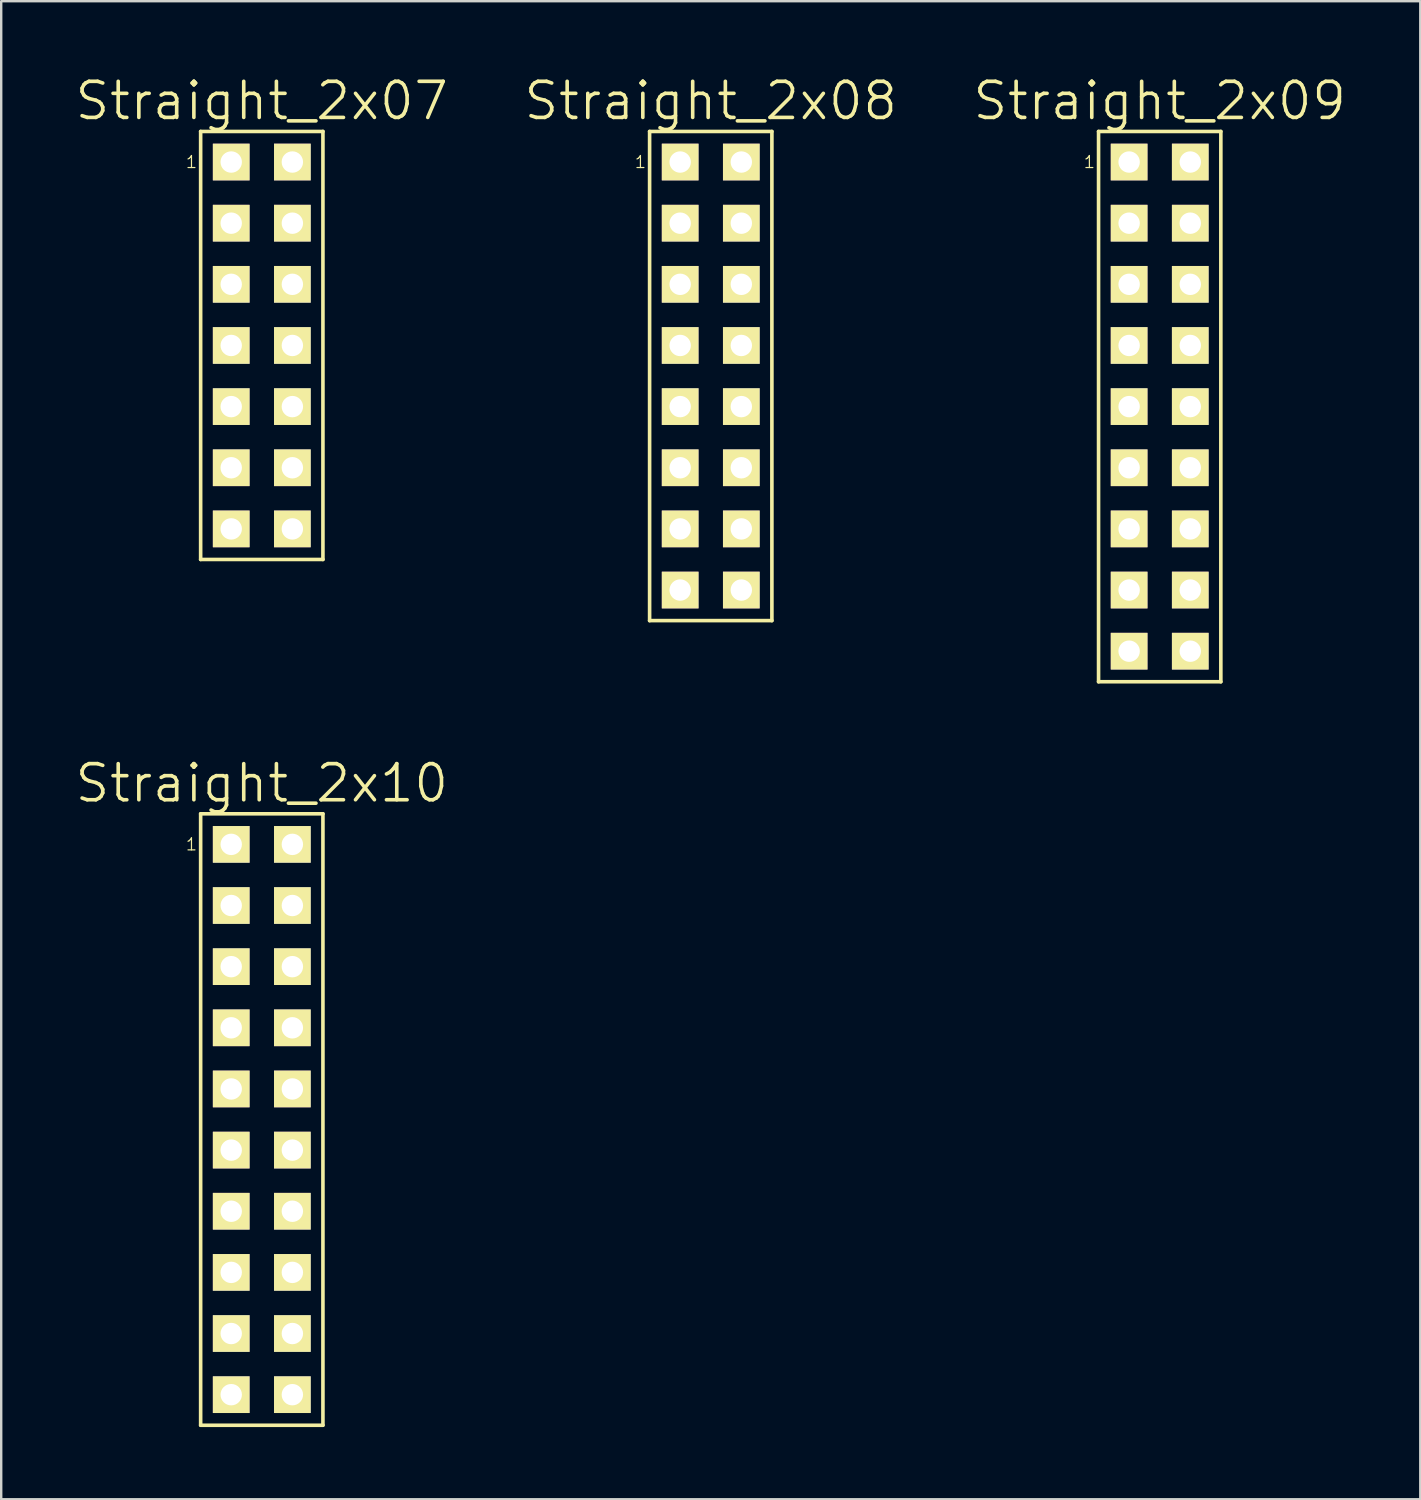
<source format=kicad_pcb>
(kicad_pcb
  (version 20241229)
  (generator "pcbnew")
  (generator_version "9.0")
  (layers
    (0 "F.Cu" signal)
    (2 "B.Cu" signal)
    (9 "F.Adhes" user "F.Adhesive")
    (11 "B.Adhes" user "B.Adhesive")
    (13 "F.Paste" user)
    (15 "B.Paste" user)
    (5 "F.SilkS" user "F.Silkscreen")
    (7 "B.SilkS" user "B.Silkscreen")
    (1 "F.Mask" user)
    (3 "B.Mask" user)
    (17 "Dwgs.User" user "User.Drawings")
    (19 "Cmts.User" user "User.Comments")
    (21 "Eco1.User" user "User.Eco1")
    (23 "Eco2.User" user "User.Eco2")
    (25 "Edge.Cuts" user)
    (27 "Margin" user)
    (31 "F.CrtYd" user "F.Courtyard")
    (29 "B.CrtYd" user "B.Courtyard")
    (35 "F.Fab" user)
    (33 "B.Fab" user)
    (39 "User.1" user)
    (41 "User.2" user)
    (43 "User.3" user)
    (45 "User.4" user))
  (footprint "Straight_2x07"
    (layer "F.Cu")
    (at 7.825 11.301)
    (property "Reference" "Straight_2x07" (at 0 -10.16 0) (layer "F.SilkS") (effects (font (size 1.5 1.5) (thickness 0.15))))
    (attr through_hole)
    (fp_line (start -2.54 -8.89) (end 2.54 -8.89) (stroke (width 0.15) (type solid)) (layer "F.SilkS"))
    (fp_line (start -2.54 8.89) (end -2.54 -8.89) (stroke (width 0.15) (type solid)) (layer "F.SilkS"))
    (fp_line (start 2.54 -8.89) (end 2.54 8.89) (stroke (width 0.15) (type solid)) (layer "F.SilkS"))
    (fp_line (start 2.54 8.89) (end -2.54 8.89) (stroke (width 0.15) (type solid)) (layer "F.SilkS"))
    (fp_text user "1" (at -2.921 -7.62 0) (layer "F.SilkS") (effects (font (size 0.5 0.5) (thickness 0.05))))
    (pad "1" thru_hole rect (at -1.27 -7.62) (size 1.524 1.524) (drill 0.889) (layers "*.Cu" "*.Mask" "F.SilkS"))
    (pad "2" thru_hole rect (at 1.27 -7.62) (size 1.524 1.524) (drill 0.889) (layers "*.Cu" "*.Mask" "F.SilkS"))
    (pad "3" thru_hole rect (at -1.27 -5.08) (size 1.524 1.524) (drill 0.889) (layers "*.Cu" "*.Mask" "F.SilkS"))
    (pad "4" thru_hole rect (at 1.27 -5.08) (size 1.524 1.524) (drill 0.889) (layers "*.Cu" "*.Mask" "F.SilkS"))
    (pad "5" thru_hole rect (at -1.27 -2.54) (size 1.524 1.524) (drill 0.889) (layers "*.Cu" "*.Mask" "F.SilkS"))
    (pad "6" thru_hole rect (at 1.27 -2.54) (size 1.524 1.524) (drill 0.889) (layers "*.Cu" "*.Mask" "F.SilkS"))
    (pad "7" thru_hole rect (at -1.27 0) (size 1.524 1.524) (drill 0.889) (layers "*.Cu" "*.Mask" "F.SilkS"))
    (pad "8" thru_hole rect (at 1.27 0) (size 1.524 1.524) (drill 0.889) (layers "*.Cu" "*.Mask" "F.SilkS"))
    (pad "9" thru_hole rect (at -1.27 2.54) (size 1.524 1.524) (drill 0.889) (layers "*.Cu" "*.Mask" "F.SilkS"))
    (pad "10" thru_hole rect (at 1.27 2.54) (size 1.524 1.524) (drill 0.889) (layers "*.Cu" "*.Mask" "F.SilkS"))
    (pad "11" thru_hole rect (at -1.27 5.08) (size 1.524 1.524) (drill 0.889) (layers "*.Cu" "*.Mask" "F.SilkS"))
    (pad "12" thru_hole rect (at 1.27 5.08) (size 1.524 1.524) (drill 0.889) (layers "*.Cu" "*.Mask" "F.SilkS"))
    (pad "13" thru_hole rect (at -1.27 7.62) (size 1.524 1.524) (drill 0.889) (layers "*.Cu" "*.Mask" "F.SilkS"))
    (pad "14" thru_hole rect (at 1.27 7.62) (size 1.524 1.524) (drill 0.889) (layers "*.Cu" "*.Mask" "F.SilkS")))
  (footprint "Straight_2x08"
    (layer "F.Cu")
    (at 26.475 12.571)
    (property "Reference" "Straight_2x08" (at 0 -11.43 0) (layer "F.SilkS") (effects (font (size 1.5 1.5) (thickness 0.15))))
    (attr through_hole)
    (fp_line (start -2.54 -10.16) (end 2.54 -10.16) (stroke (width 0.15) (type solid)) (layer "F.SilkS"))
    (fp_line (start -2.54 10.16) (end -2.54 -10.16) (stroke (width 0.15) (type solid)) (layer "F.SilkS"))
    (fp_line (start 2.54 -10.16) (end 2.54 10.16) (stroke (width 0.15) (type solid)) (layer "F.SilkS"))
    (fp_line (start 2.54 10.16) (end -2.54 10.16) (stroke (width 0.15) (type solid)) (layer "F.SilkS"))
    (fp_text user "1" (at -2.921 -8.89 0) (layer "F.SilkS") (effects (font (size 0.5 0.5) (thickness 0.05))))
    (pad "1" thru_hole rect (at -1.27 -8.89) (size 1.524 1.524) (drill 0.889) (layers "*.Cu" "*.Mask" "F.SilkS"))
    (pad "2" thru_hole rect (at 1.27 -8.89) (size 1.524 1.524) (drill 0.889) (layers "*.Cu" "*.Mask" "F.SilkS"))
    (pad "3" thru_hole rect (at -1.27 -6.35) (size 1.524 1.524) (drill 0.889) (layers "*.Cu" "*.Mask" "F.SilkS"))
    (pad "4" thru_hole rect (at 1.27 -6.35) (size 1.524 1.524) (drill 0.889) (layers "*.Cu" "*.Mask" "F.SilkS"))
    (pad "5" thru_hole rect (at -1.27 -3.81) (size 1.524 1.524) (drill 0.889) (layers "*.Cu" "*.Mask" "F.SilkS"))
    (pad "6" thru_hole rect (at 1.27 -3.81) (size 1.524 1.524) (drill 0.889) (layers "*.Cu" "*.Mask" "F.SilkS"))
    (pad "7" thru_hole rect (at -1.27 -1.27) (size 1.524 1.524) (drill 0.889) (layers "*.Cu" "*.Mask" "F.SilkS"))
    (pad "8" thru_hole rect (at 1.27 -1.27) (size 1.524 1.524) (drill 0.889) (layers "*.Cu" "*.Mask" "F.SilkS"))
    (pad "9" thru_hole rect (at -1.27 1.27) (size 1.524 1.524) (drill 0.889) (layers "*.Cu" "*.Mask" "F.SilkS"))
    (pad "10" thru_hole rect (at 1.27 1.27) (size 1.524 1.524) (drill 0.889) (layers "*.Cu" "*.Mask" "F.SilkS"))
    (pad "11" thru_hole rect (at -1.27 3.81) (size 1.524 1.524) (drill 0.889) (layers "*.Cu" "*.Mask" "F.SilkS"))
    (pad "12" thru_hole rect (at 1.27 3.81) (size 1.524 1.524) (drill 0.889) (layers "*.Cu" "*.Mask" "F.SilkS"))
    (pad "13" thru_hole rect (at -1.27 6.35) (size 1.524 1.524) (drill 0.889) (layers "*.Cu" "*.Mask" "F.SilkS"))
    (pad "14" thru_hole rect (at 1.27 6.35) (size 1.524 1.524) (drill 0.889) (layers "*.Cu" "*.Mask" "F.SilkS"))
    (pad "15" thru_hole rect (at -1.27 8.89) (size 1.524 1.524) (drill 0.889) (layers "*.Cu" "*.Mask" "F.SilkS"))
    (pad "16" thru_hole rect (at 1.27 8.89) (size 1.524 1.524) (drill 0.889) (layers "*.Cu" "*.Mask" "F.SilkS")))
  (footprint "Straight_2x09"
    (layer "F.Cu")
    (at 45.125 13.841)
    (property "Reference" "Straight_2x09" (at 0 -12.7 0) (layer "F.SilkS") (effects (font (size 1.5 1.5) (thickness 0.15))))
    (attr through_hole)
    (fp_line (start -2.54 -11.43) (end 2.54 -11.43) (stroke (width 0.15) (type solid)) (layer "F.SilkS"))
    (fp_line (start -2.54 11.43) (end -2.54 -11.43) (stroke (width 0.15) (type solid)) (layer "F.SilkS"))
    (fp_line (start 2.54 -11.43) (end 2.54 11.43) (stroke (width 0.15) (type solid)) (layer "F.SilkS"))
    (fp_line (start 2.54 11.43) (end -2.54 11.43) (stroke (width 0.15) (type solid)) (layer "F.SilkS"))
    (fp_text user "1" (at -2.921 -10.16 0) (layer "F.SilkS") (effects (font (size 0.5 0.5) (thickness 0.05))))
    (pad "1" thru_hole rect (at -1.27 -10.16) (size 1.524 1.524) (drill 0.889) (layers "*.Cu" "*.Mask" "F.SilkS"))
    (pad "2" thru_hole rect (at 1.27 -10.16) (size 1.524 1.524) (drill 0.889) (layers "*.Cu" "*.Mask" "F.SilkS"))
    (pad "3" thru_hole rect (at -1.27 -7.62) (size 1.524 1.524) (drill 0.889) (layers "*.Cu" "*.Mask" "F.SilkS"))
    (pad "4" thru_hole rect (at 1.27 -7.62) (size 1.524 1.524) (drill 0.889) (layers "*.Cu" "*.Mask" "F.SilkS"))
    (pad "5" thru_hole rect (at -1.27 -5.08) (size 1.524 1.524) (drill 0.889) (layers "*.Cu" "*.Mask" "F.SilkS"))
    (pad "6" thru_hole rect (at 1.27 -5.08) (size 1.524 1.524) (drill 0.889) (layers "*.Cu" "*.Mask" "F.SilkS"))
    (pad "7" thru_hole rect (at -1.27 -2.54) (size 1.524 1.524) (drill 0.889) (layers "*.Cu" "*.Mask" "F.SilkS"))
    (pad "8" thru_hole rect (at 1.27 -2.54) (size 1.524 1.524) (drill 0.889) (layers "*.Cu" "*.Mask" "F.SilkS"))
    (pad "9" thru_hole rect (at -1.27 0) (size 1.524 1.524) (drill 0.889) (layers "*.Cu" "*.Mask" "F.SilkS"))
    (pad "10" thru_hole rect (at 1.27 0) (size 1.524 1.524) (drill 0.889) (layers "*.Cu" "*.Mask" "F.SilkS"))
    (pad "11" thru_hole rect (at -1.27 2.54) (size 1.524 1.524) (drill 0.889) (layers "*.Cu" "*.Mask" "F.SilkS"))
    (pad "12" thru_hole rect (at 1.27 2.54) (size 1.524 1.524) (drill 0.889) (layers "*.Cu" "*.Mask" "F.SilkS"))
    (pad "13" thru_hole rect (at -1.27 5.08) (size 1.524 1.524) (drill 0.889) (layers "*.Cu" "*.Mask" "F.SilkS"))
    (pad "14" thru_hole rect (at 1.27 5.08) (size 1.524 1.524) (drill 0.889) (layers "*.Cu" "*.Mask" "F.SilkS"))
    (pad "15" thru_hole rect (at -1.27 7.62) (size 1.524 1.524) (drill 0.889) (layers "*.Cu" "*.Mask" "F.SilkS"))
    (pad "16" thru_hole rect (at 1.27 7.62) (size 1.524 1.524) (drill 0.889) (layers "*.Cu" "*.Mask" "F.SilkS"))
    (pad "17" thru_hole rect (at -1.27 10.16) (size 1.524 1.524) (drill 0.889) (layers "*.Cu" "*.Mask" "F.SilkS"))
    (pad "18" thru_hole rect (at 1.27 10.16) (size 1.524 1.524) (drill 0.889) (layers "*.Cu" "*.Mask" "F.SilkS")))
  (footprint "Straight_2x10"
    (layer "F.Cu")
    (at 7.825 43.456)
    (property "Reference" "Straight_2x10" (at 0 -13.97 0) (layer "F.SilkS") (effects (font (size 1.5 1.5) (thickness 0.15))))
    (attr through_hole)
    (fp_line (start -2.54 -12.7) (end 2.54 -12.7) (stroke (width 0.15) (type solid)) (layer "F.SilkS"))
    (fp_line (start -2.54 12.7) (end -2.54 -12.7) (stroke (width 0.15) (type solid)) (layer "F.SilkS"))
    (fp_line (start 2.54 -12.7) (end 2.54 12.7) (stroke (width 0.15) (type solid)) (layer "F.SilkS"))
    (fp_line (start 2.54 12.7) (end -2.54 12.7) (stroke (width 0.15) (type solid)) (layer "F.SilkS"))
    (fp_text user "1" (at -2.921 -11.43 0) (layer "F.SilkS") (effects (font (size 0.5 0.5) (thickness 0.05))))
    (pad "1" thru_hole rect (at -1.27 -11.43) (size 1.524 1.524) (drill 0.889) (layers "*.Cu" "*.Mask" "F.SilkS"))
    (pad "2" thru_hole rect (at 1.27 -11.43) (size 1.524 1.524) (drill 0.889) (layers "*.Cu" "*.Mask" "F.SilkS"))
    (pad "3" thru_hole rect (at -1.27 -8.89) (size 1.524 1.524) (drill 0.889) (layers "*.Cu" "*.Mask" "F.SilkS"))
    (pad "4" thru_hole rect (at 1.27 -8.89) (size 1.524 1.524) (drill 0.889) (layers "*.Cu" "*.Mask" "F.SilkS"))
    (pad "5" thru_hole rect (at -1.27 -6.35) (size 1.524 1.524) (drill 0.889) (layers "*.Cu" "*.Mask" "F.SilkS"))
    (pad "6" thru_hole rect (at 1.27 -6.35) (size 1.524 1.524) (drill 0.889) (layers "*.Cu" "*.Mask" "F.SilkS"))
    (pad "7" thru_hole rect (at -1.27 -3.81) (size 1.524 1.524) (drill 0.889) (layers "*.Cu" "*.Mask" "F.SilkS"))
    (pad "8" thru_hole rect (at 1.27 -3.81) (size 1.524 1.524) (drill 0.889) (layers "*.Cu" "*.Mask" "F.SilkS"))
    (pad "9" thru_hole rect (at -1.27 -1.27) (size 1.524 1.524) (drill 0.889) (layers "*.Cu" "*.Mask" "F.SilkS"))
    (pad "10" thru_hole rect (at 1.27 -1.27) (size 1.524 1.524) (drill 0.889) (layers "*.Cu" "*.Mask" "F.SilkS"))
    (pad "11" thru_hole rect (at -1.27 1.27) (size 1.524 1.524) (drill 0.889) (layers "*.Cu" "*.Mask" "F.SilkS"))
    (pad "12" thru_hole rect (at 1.27 1.27) (size 1.524 1.524) (drill 0.889) (layers "*.Cu" "*.Mask" "F.SilkS"))
    (pad "13" thru_hole rect (at -1.27 3.81) (size 1.524 1.524) (drill 0.889) (layers "*.Cu" "*.Mask" "F.SilkS"))
    (pad "14" thru_hole rect (at 1.27 3.81) (size 1.524 1.524) (drill 0.889) (layers "*.Cu" "*.Mask" "F.SilkS"))
    (pad "15" thru_hole rect (at -1.27 6.35) (size 1.524 1.524) (drill 0.889) (layers "*.Cu" "*.Mask" "F.SilkS"))
    (pad "16" thru_hole rect (at 1.27 6.35) (size 1.524 1.524) (drill 0.889) (layers "*.Cu" "*.Mask" "F.SilkS"))
    (pad "17" thru_hole rect (at -1.27 8.89) (size 1.524 1.524) (drill 0.889) (layers "*.Cu" "*.Mask" "F.SilkS"))
    (pad "18" thru_hole rect (at 1.27 8.89) (size 1.524 1.524) (drill 0.889) (layers "*.Cu" "*.Mask" "F.SilkS"))
    (pad "19" thru_hole rect (at -1.27 11.43) (size 1.524 1.524) (drill 0.889) (layers "*.Cu" "*.Mask" "F.SilkS"))
    (pad "20" thru_hole rect (at 1.27 11.43) (size 1.524 1.524) (drill 0.889) (layers "*.Cu" "*.Mask" "F.SilkS")))
  (gr_rect
    (start -3 -3)
    (end 55.95 59.231)
    (stroke (width 0.1) (type default))
    (fill no)
    (layer "Edge.Cuts")))
</source>
